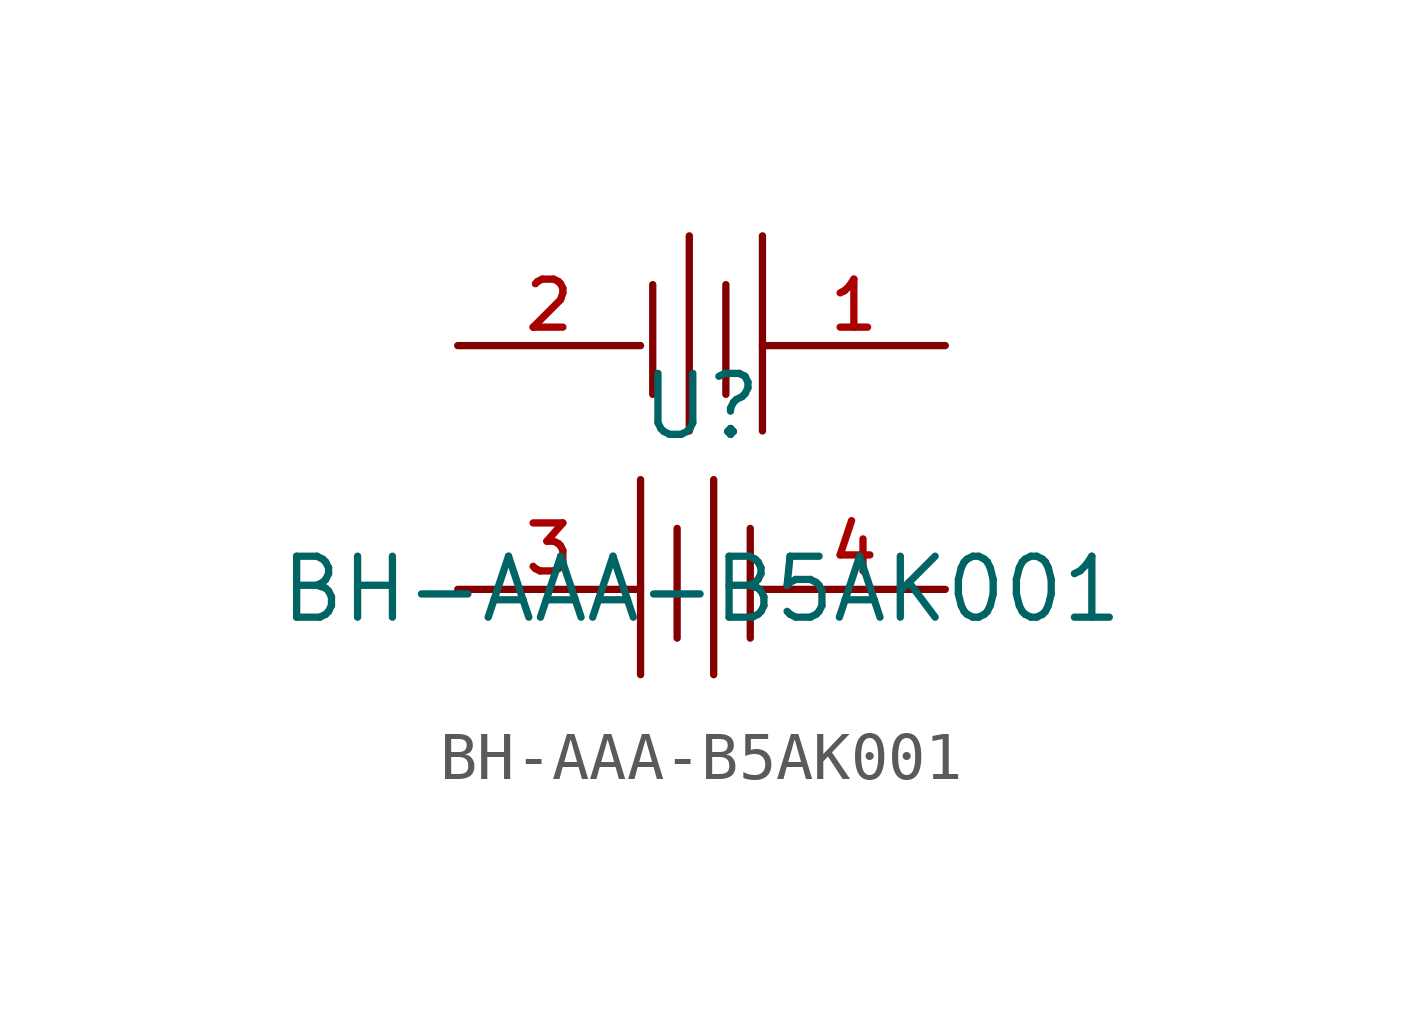
<source format=kicad_sym>
(kicad_symbol_lib
  (version 20210201)
  (generator TousstNicolas/JLC2KiCad_lib)
  (symbol "BH-AAA-B5AK001"
    (pin_names hide)
    (property "Reference" "U"
      (at 0 1.27 0)
      (effects (font (size 1.27 1.27))))
    (property "Value" "BH-AAA-B5AK001"
      (at 0 -2.54 0)
      (effects (font (size 1.27 1.27))))
    (symbol "BH-AAA-B5AK001_0_1"
      (pin input line (at 5.08 -2.54 180) (length 3.81) (name "4" (effects (font (size 1 1)))) (number "4" (effects (font (size 1 1)))))
      (pin input line (at -5.08 -2.54 0) (length 3.81) (name "3" (effects (font (size 1 1)))) (number "3" (effects (font (size 1 1)))))
      (polyline (pts (xy 1.016 -1.27) (xy 1.016 -3.556)) (stroke (width 0) (type default) (color 0 0 0 0)) (fill (type none)))
      (polyline (pts (xy 0.254 -0.254) (xy 0.254 -4.318)) (stroke (width 0) (type default) (color 0 0 0 0)) (fill (type none)))
      (polyline (pts (xy -0.508 -1.27) (xy -0.508 -3.556)) (stroke (width 0) (type default) (color 0 0 0 0)) (fill (type none)))
      (polyline (pts (xy -1.27 -0.254) (xy -1.27 -4.318)) (stroke (width 0) (type default) (color 0 0 0 0)) (fill (type none)))
      (pin input line (at -5.08 2.54 0) (length 3.81) (name "2" (effects (font (size 1 1)))) (number "2" (effects (font (size 1 1)))))
      (pin input line (at 5.08 2.54 180) (length 3.81) (name "1" (effects (font (size 1 1)))) (number "1" (effects (font (size 1 1)))))
      (polyline (pts (xy -1.016 3.81) (xy -1.016 1.524)) (stroke (width 0) (type default) (color 0 0 0 0)) (fill (type none)))
      (polyline (pts (xy -0.254 4.826) (xy -0.254 0.762)) (stroke (width 0) (type default) (color 0 0 0 0)) (fill (type none)))
      (polyline (pts (xy 0.508 3.81) (xy 0.508 1.524)) (stroke (width 0) (type default) (color 0 0 0 0)) (fill (type none)))
      (polyline (pts (xy 1.27 4.826) (xy 1.27 0.762)) (stroke (width 0) (type default) (color 0 0 0 0)) (fill (type none))))))
</source>
